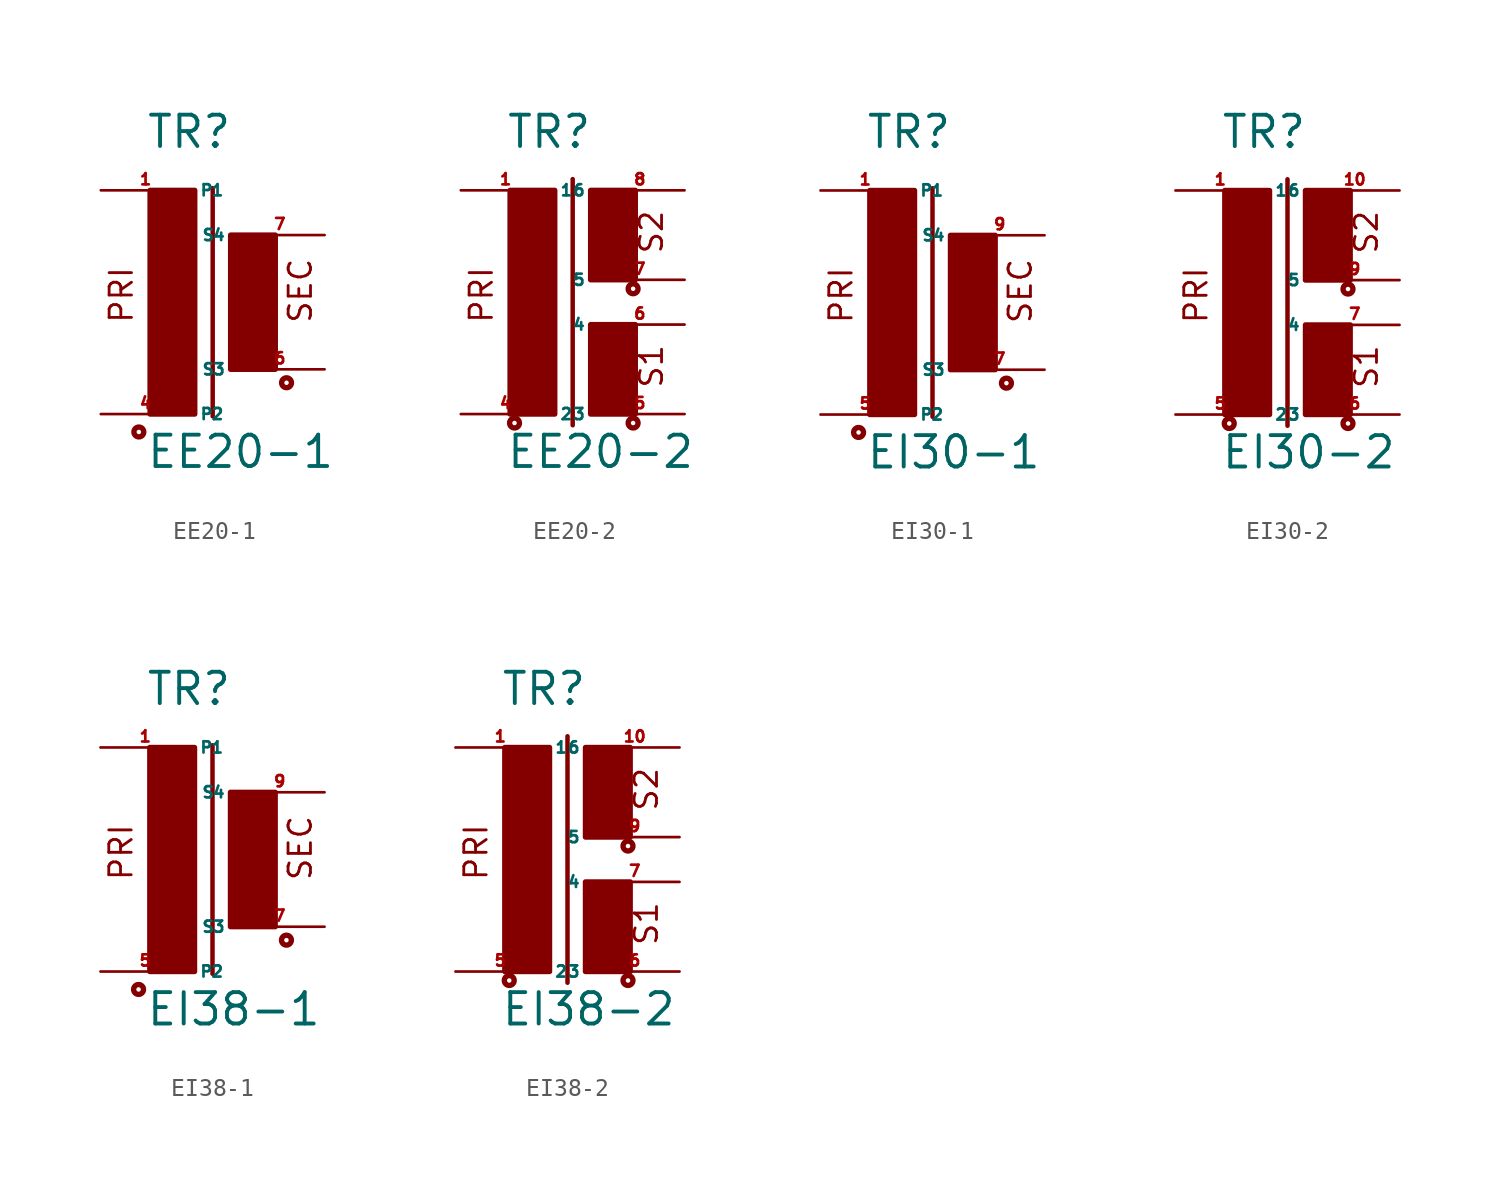
<source format=kicad_sym>
(kicad_symbol_lib
  (version 20220914)
  (generator Eagle2Kicad)
  (symbol "EE20-1"
    (property "Reference" "TR"
      (at -2.54 7.366 0)
      (effects (font (size 1.778 1.778) (thickness 0.22)) (justify left bottom)))
    (property "Value" "EE20-1"
      (at -2.54 -10.795 0)
      (effects (font (size 1.778 1.778) (thickness 0.22)) (justify left bottom)))
    (polyline
      (pts (xy 1.27 5.207) (xy 1.27 -7.747))
      (stroke (width 0.254) (type default))
      (fill (type none)))
    (text "PRI"
      (at -3.175 -2.54 900)
      (effects (font (size 1.27 1.27) (thickness 0.16)) (justify left bottom)))
    (text "SEC"
      (at 6.985 -2.54 900)
      (effects (font (size 1.27 1.27) (thickness 0.16)) (justify left bottom)))
    (circle
      (center -2.921 -8.636)
      (radius 0.127)
      (stroke (width 0.305) (type default))
      (fill (type none)))
    (circle
      (center 5.461 -5.842)
      (radius 0.127)
      (stroke (width 0.305) (type default))
      (fill (type none)))
    (rectangle
      (start -2.286 -7.62)
      (end 0.254 5.08)
      (stroke (width 0.3) (type default))
      (fill (type outline)))
    (rectangle
      (start 2.286 -5.08)
      (end 4.826 2.54)
      (stroke (width 0.3) (type default))
      (fill (type outline)))
    (pin passive line
      (at -5.08 5.08 0)
      (length 5.08)
      (name "P1" (effects (font (size 0.635 0.635) (thickness 0.08)) (justify left bottom)))
      (number "1" (effects (font (size 0.635 0.635) (thickness 0.08)) (justify left bottom))))
    (pin passive line
      (at -5.08 -7.62 0)
      (length 5.08)
      (name "P2" (effects (font (size 0.635 0.635) (thickness 0.08)) (justify left bottom)))
      (number "4" (effects (font (size 0.635 0.635) (thickness 0.08)) (justify left bottom))))
    (pin passive line
      (at 7.62 -5.08 180)
      (length 5.08)
      (name "S3" (effects (font (size 0.635 0.635) (thickness 0.08)) (justify left bottom)))
      (number "6" (effects (font (size 0.635 0.635) (thickness 0.08)) (justify left bottom))))
    (pin passive line
      (at 7.62 2.54 180)
      (length 5.08)
      (name "S4" (effects (font (size 0.635 0.635) (thickness 0.08)) (justify left bottom)))
      (number "7" (effects (font (size 0.635 0.635) (thickness 0.08)) (justify left bottom)))))
  (symbol "EE20-2"
    (property "Reference" "TR"
      (at -2.54 7.366 0)
      (effects (font (size 1.778 1.778) (thickness 0.22)) (justify left bottom)))
    (property "Value" "EE20-2"
      (at -2.54 -10.795 0)
      (effects (font (size 1.778 1.778) (thickness 0.22)) (justify left bottom)))
    (polyline
      (pts (xy 1.27 5.715) (xy 1.27 -8.255))
      (stroke (width 0.254) (type default))
      (fill (type none)))
    (text "PRI"
      (at -3.175 -2.54 900)
      (effects (font (size 1.27 1.27) (thickness 0.16)) (justify left bottom)))
    (text "S1"
      (at 6.477 -6.223 900)
      (effects (font (size 1.27 1.27) (thickness 0.16)) (justify left bottom)))
    (text "S2"
      (at 6.477 1.397 900)
      (effects (font (size 1.27 1.27) (thickness 0.16)) (justify left bottom)))
    (circle
      (center -2.032 -8.128)
      (radius 0.127)
      (stroke (width 0.305) (type default))
      (fill (type none)))
    (circle
      (center 4.699 -8.128)
      (radius 0.127)
      (stroke (width 0.305) (type default))
      (fill (type none)))
    (circle
      (center 4.699 -0.508)
      (radius 0.127)
      (stroke (width 0.305) (type default))
      (fill (type none)))
    (rectangle
      (start -2.286 -7.62)
      (end 0.254 5.08)
      (stroke (width 0.3) (type default))
      (fill (type outline)))
    (rectangle
      (start 2.286 0)
      (end 4.826 5.08)
      (stroke (width 0.3) (type default))
      (fill (type outline)))
    (rectangle
      (start 2.286 -7.62)
      (end 4.826 -2.54)
      (stroke (width 0.3) (type default))
      (fill (type outline)))
    (pin passive line
      (at -5.08 5.08 0)
      (length 5.08)
      (name "1" (effects (font (size 0.635 0.635) (thickness 0.08)) (justify left bottom)))
      (number "1" (effects (font (size 0.635 0.635) (thickness 0.08)) (justify left bottom))))
    (pin passive line
      (at -5.08 -7.62 0)
      (length 5.08)
      (name "2" (effects (font (size 0.635 0.635) (thickness 0.08)) (justify left bottom)))
      (number "4" (effects (font (size 0.635 0.635) (thickness 0.08)) (justify left bottom))))
    (pin passive line
      (at 7.62 -7.62 180)
      (length 5.08)
      (name "3" (effects (font (size 0.635 0.635) (thickness 0.08)) (justify left bottom)))
      (number "5" (effects (font (size 0.635 0.635) (thickness 0.08)) (justify left bottom))))
    (pin passive line
      (at 7.62 -2.54 180)
      (length 5.08)
      (name "4" (effects (font (size 0.635 0.635) (thickness 0.08)) (justify left bottom)))
      (number "6" (effects (font (size 0.635 0.635) (thickness 0.08)) (justify left bottom))))
    (pin passive line
      (at 7.62 0 180)
      (length 5.08)
      (name "5" (effects (font (size 0.635 0.635) (thickness 0.08)) (justify left bottom)))
      (number "7" (effects (font (size 0.635 0.635) (thickness 0.08)) (justify left bottom))))
    (pin passive line
      (at 7.62 5.08 180)
      (length 5.08)
      (name "6" (effects (font (size 0.635 0.635) (thickness 0.08)) (justify left bottom)))
      (number "8" (effects (font (size 0.635 0.635) (thickness 0.08)) (justify left bottom)))))
  (symbol "EI30-1"
    (property "Reference" "TR"
      (at -2.54 7.366 0)
      (effects (font (size 1.778 1.778) (thickness 0.22)) (justify left bottom)))
    (property "Value" "EI30-1"
      (at -2.54 -10.795 0)
      (effects (font (size 1.778 1.778) (thickness 0.22)) (justify left bottom)))
    (polyline
      (pts (xy 1.27 5.207) (xy 1.27 -7.747))
      (stroke (width 0.254) (type default))
      (fill (type none)))
    (text "PRI"
      (at -3.175 -2.54 900)
      (effects (font (size 1.27 1.27) (thickness 0.16)) (justify left bottom)))
    (text "SEC"
      (at 6.985 -2.54 900)
      (effects (font (size 1.27 1.27) (thickness 0.16)) (justify left bottom)))
    (circle
      (center -2.921 -8.636)
      (radius 0.127)
      (stroke (width 0.305) (type default))
      (fill (type none)))
    (circle
      (center 5.461 -5.842)
      (radius 0.127)
      (stroke (width 0.305) (type default))
      (fill (type none)))
    (rectangle
      (start -2.286 -7.62)
      (end 0.254 5.08)
      (stroke (width 0.3) (type default))
      (fill (type outline)))
    (rectangle
      (start 2.286 -5.08)
      (end 4.826 2.54)
      (stroke (width 0.3) (type default))
      (fill (type outline)))
    (pin passive line
      (at -5.08 5.08 0)
      (length 5.08)
      (name "P1" (effects (font (size 0.635 0.635) (thickness 0.08)) (justify left bottom)))
      (number "1" (effects (font (size 0.635 0.635) (thickness 0.08)) (justify left bottom))))
    (pin passive line
      (at -5.08 -7.62 0)
      (length 5.08)
      (name "P2" (effects (font (size 0.635 0.635) (thickness 0.08)) (justify left bottom)))
      (number "5" (effects (font (size 0.635 0.635) (thickness 0.08)) (justify left bottom))))
    (pin passive line
      (at 7.62 -5.08 180)
      (length 5.08)
      (name "S3" (effects (font (size 0.635 0.635) (thickness 0.08)) (justify left bottom)))
      (number "7" (effects (font (size 0.635 0.635) (thickness 0.08)) (justify left bottom))))
    (pin passive line
      (at 7.62 2.54 180)
      (length 5.08)
      (name "S4" (effects (font (size 0.635 0.635) (thickness 0.08)) (justify left bottom)))
      (number "9" (effects (font (size 0.635 0.635) (thickness 0.08)) (justify left bottom)))))
  (symbol "EI30-2"
    (property "Reference" "TR"
      (at -2.54 7.366 0)
      (effects (font (size 1.778 1.778) (thickness 0.22)) (justify left bottom)))
    (property "Value" "EI30-2"
      (at -2.54 -10.795 0)
      (effects (font (size 1.778 1.778) (thickness 0.22)) (justify left bottom)))
    (polyline
      (pts (xy 1.27 5.715) (xy 1.27 -8.255))
      (stroke (width 0.254) (type default))
      (fill (type none)))
    (text "PRI"
      (at -3.175 -2.54 900)
      (effects (font (size 1.27 1.27) (thickness 0.16)) (justify left bottom)))
    (text "S1"
      (at 6.477 -6.223 900)
      (effects (font (size 1.27 1.27) (thickness 0.16)) (justify left bottom)))
    (text "S2"
      (at 6.477 1.397 900)
      (effects (font (size 1.27 1.27) (thickness 0.16)) (justify left bottom)))
    (circle
      (center -2.032 -8.128)
      (radius 0.127)
      (stroke (width 0.305) (type default))
      (fill (type none)))
    (circle
      (center 4.699 -8.128)
      (radius 0.127)
      (stroke (width 0.305) (type default))
      (fill (type none)))
    (circle
      (center 4.699 -0.508)
      (radius 0.127)
      (stroke (width 0.305) (type default))
      (fill (type none)))
    (rectangle
      (start -2.286 -7.62)
      (end 0.254 5.08)
      (stroke (width 0.3) (type default))
      (fill (type outline)))
    (rectangle
      (start 2.286 0)
      (end 4.826 5.08)
      (stroke (width 0.3) (type default))
      (fill (type outline)))
    (rectangle
      (start 2.286 -7.62)
      (end 4.826 -2.54)
      (stroke (width 0.3) (type default))
      (fill (type outline)))
    (pin passive line
      (at -5.08 5.08 0)
      (length 5.08)
      (name "1" (effects (font (size 0.635 0.635) (thickness 0.08)) (justify left bottom)))
      (number "1" (effects (font (size 0.635 0.635) (thickness 0.08)) (justify left bottom))))
    (pin passive line
      (at -5.08 -7.62 0)
      (length 5.08)
      (name "2" (effects (font (size 0.635 0.635) (thickness 0.08)) (justify left bottom)))
      (number "5" (effects (font (size 0.635 0.635) (thickness 0.08)) (justify left bottom))))
    (pin passive line
      (at 7.62 -7.62 180)
      (length 5.08)
      (name "3" (effects (font (size 0.635 0.635) (thickness 0.08)) (justify left bottom)))
      (number "6" (effects (font (size 0.635 0.635) (thickness 0.08)) (justify left bottom))))
    (pin passive line
      (at 7.62 -2.54 180)
      (length 5.08)
      (name "4" (effects (font (size 0.635 0.635) (thickness 0.08)) (justify left bottom)))
      (number "7" (effects (font (size 0.635 0.635) (thickness 0.08)) (justify left bottom))))
    (pin passive line
      (at 7.62 0 180)
      (length 5.08)
      (name "5" (effects (font (size 0.635 0.635) (thickness 0.08)) (justify left bottom)))
      (number "9" (effects (font (size 0.635 0.635) (thickness 0.08)) (justify left bottom))))
    (pin passive line
      (at 7.62 5.08 180)
      (length 5.08)
      (name "6" (effects (font (size 0.635 0.635) (thickness 0.08)) (justify left bottom)))
      (number "10" (effects (font (size 0.635 0.635) (thickness 0.08)) (justify left bottom)))))
  (symbol "EI38-1"
    (property "Reference" "TR"
      (at -2.54 7.366 0)
      (effects (font (size 1.778 1.778) (thickness 0.22)) (justify left bottom)))
    (property "Value" "EI38-1"
      (at -2.54 -10.795 0)
      (effects (font (size 1.778 1.778) (thickness 0.22)) (justify left bottom)))
    (polyline
      (pts (xy 1.27 5.207) (xy 1.27 -7.747))
      (stroke (width 0.254) (type default))
      (fill (type none)))
    (text "PRI"
      (at -3.175 -2.54 900)
      (effects (font (size 1.27 1.27) (thickness 0.16)) (justify left bottom)))
    (text "SEC"
      (at 6.985 -2.54 900)
      (effects (font (size 1.27 1.27) (thickness 0.16)) (justify left bottom)))
    (circle
      (center -2.921 -8.636)
      (radius 0.127)
      (stroke (width 0.305) (type default))
      (fill (type none)))
    (circle
      (center 5.461 -5.842)
      (radius 0.127)
      (stroke (width 0.305) (type default))
      (fill (type none)))
    (rectangle
      (start -2.286 -7.62)
      (end 0.254 5.08)
      (stroke (width 0.3) (type default))
      (fill (type outline)))
    (rectangle
      (start 2.286 -5.08)
      (end 4.826 2.54)
      (stroke (width 0.3) (type default))
      (fill (type outline)))
    (pin passive line
      (at -5.08 5.08 0)
      (length 5.08)
      (name "P1" (effects (font (size 0.635 0.635) (thickness 0.08)) (justify left bottom)))
      (number "1" (effects (font (size 0.635 0.635) (thickness 0.08)) (justify left bottom))))
    (pin passive line
      (at -5.08 -7.62 0)
      (length 5.08)
      (name "P2" (effects (font (size 0.635 0.635) (thickness 0.08)) (justify left bottom)))
      (number "5" (effects (font (size 0.635 0.635) (thickness 0.08)) (justify left bottom))))
    (pin passive line
      (at 7.62 -5.08 180)
      (length 5.08)
      (name "S3" (effects (font (size 0.635 0.635) (thickness 0.08)) (justify left bottom)))
      (number "7" (effects (font (size 0.635 0.635) (thickness 0.08)) (justify left bottom))))
    (pin passive line
      (at 7.62 2.54 180)
      (length 5.08)
      (name "S4" (effects (font (size 0.635 0.635) (thickness 0.08)) (justify left bottom)))
      (number "9" (effects (font (size 0.635 0.635) (thickness 0.08)) (justify left bottom)))))
  (symbol "EI38-2"
    (property "Reference" "TR"
      (at -2.54 7.366 0)
      (effects (font (size 1.778 1.778) (thickness 0.22)) (justify left bottom)))
    (property "Value" "EI38-2"
      (at -2.54 -10.795 0)
      (effects (font (size 1.778 1.778) (thickness 0.22)) (justify left bottom)))
    (polyline
      (pts (xy 1.27 5.715) (xy 1.27 -8.255))
      (stroke (width 0.254) (type default))
      (fill (type none)))
    (text "PRI"
      (at -3.175 -2.54 900)
      (effects (font (size 1.27 1.27) (thickness 0.16)) (justify left bottom)))
    (text "S1"
      (at 6.477 -6.223 900)
      (effects (font (size 1.27 1.27) (thickness 0.16)) (justify left bottom)))
    (text "S2"
      (at 6.477 1.397 900)
      (effects (font (size 1.27 1.27) (thickness 0.16)) (justify left bottom)))
    (circle
      (center -2.032 -8.128)
      (radius 0.127)
      (stroke (width 0.305) (type default))
      (fill (type none)))
    (circle
      (center 4.699 -8.128)
      (radius 0.127)
      (stroke (width 0.305) (type default))
      (fill (type none)))
    (circle
      (center 4.699 -0.508)
      (radius 0.127)
      (stroke (width 0.305) (type default))
      (fill (type none)))
    (rectangle
      (start -2.286 -7.62)
      (end 0.254 5.08)
      (stroke (width 0.3) (type default))
      (fill (type outline)))
    (rectangle
      (start 2.286 0)
      (end 4.826 5.08)
      (stroke (width 0.3) (type default))
      (fill (type outline)))
    (rectangle
      (start 2.286 -7.62)
      (end 4.826 -2.54)
      (stroke (width 0.3) (type default))
      (fill (type outline)))
    (pin passive line
      (at -5.08 5.08 0)
      (length 5.08)
      (name "1" (effects (font (size 0.635 0.635) (thickness 0.08)) (justify left bottom)))
      (number "1" (effects (font (size 0.635 0.635) (thickness 0.08)) (justify left bottom))))
    (pin passive line
      (at -5.08 -7.62 0)
      (length 5.08)
      (name "2" (effects (font (size 0.635 0.635) (thickness 0.08)) (justify left bottom)))
      (number "5" (effects (font (size 0.635 0.635) (thickness 0.08)) (justify left bottom))))
    (pin passive line
      (at 7.62 -7.62 180)
      (length 5.08)
      (name "3" (effects (font (size 0.635 0.635) (thickness 0.08)) (justify left bottom)))
      (number "6" (effects (font (size 0.635 0.635) (thickness 0.08)) (justify left bottom))))
    (pin passive line
      (at 7.62 -2.54 180)
      (length 5.08)
      (name "4" (effects (font (size 0.635 0.635) (thickness 0.08)) (justify left bottom)))
      (number "7" (effects (font (size 0.635 0.635) (thickness 0.08)) (justify left bottom))))
    (pin passive line
      (at 7.62 0 180)
      (length 5.08)
      (name "5" (effects (font (size 0.635 0.635) (thickness 0.08)) (justify left bottom)))
      (number "9" (effects (font (size 0.635 0.635) (thickness 0.08)) (justify left bottom))))
    (pin passive line
      (at 7.62 5.08 180)
      (length 5.08)
      (name "6" (effects (font (size 0.635 0.635) (thickness 0.08)) (justify left bottom)))
      (number "10" (effects (font (size 0.635 0.635) (thickness 0.08)) (justify left bottom))))))
</source>
